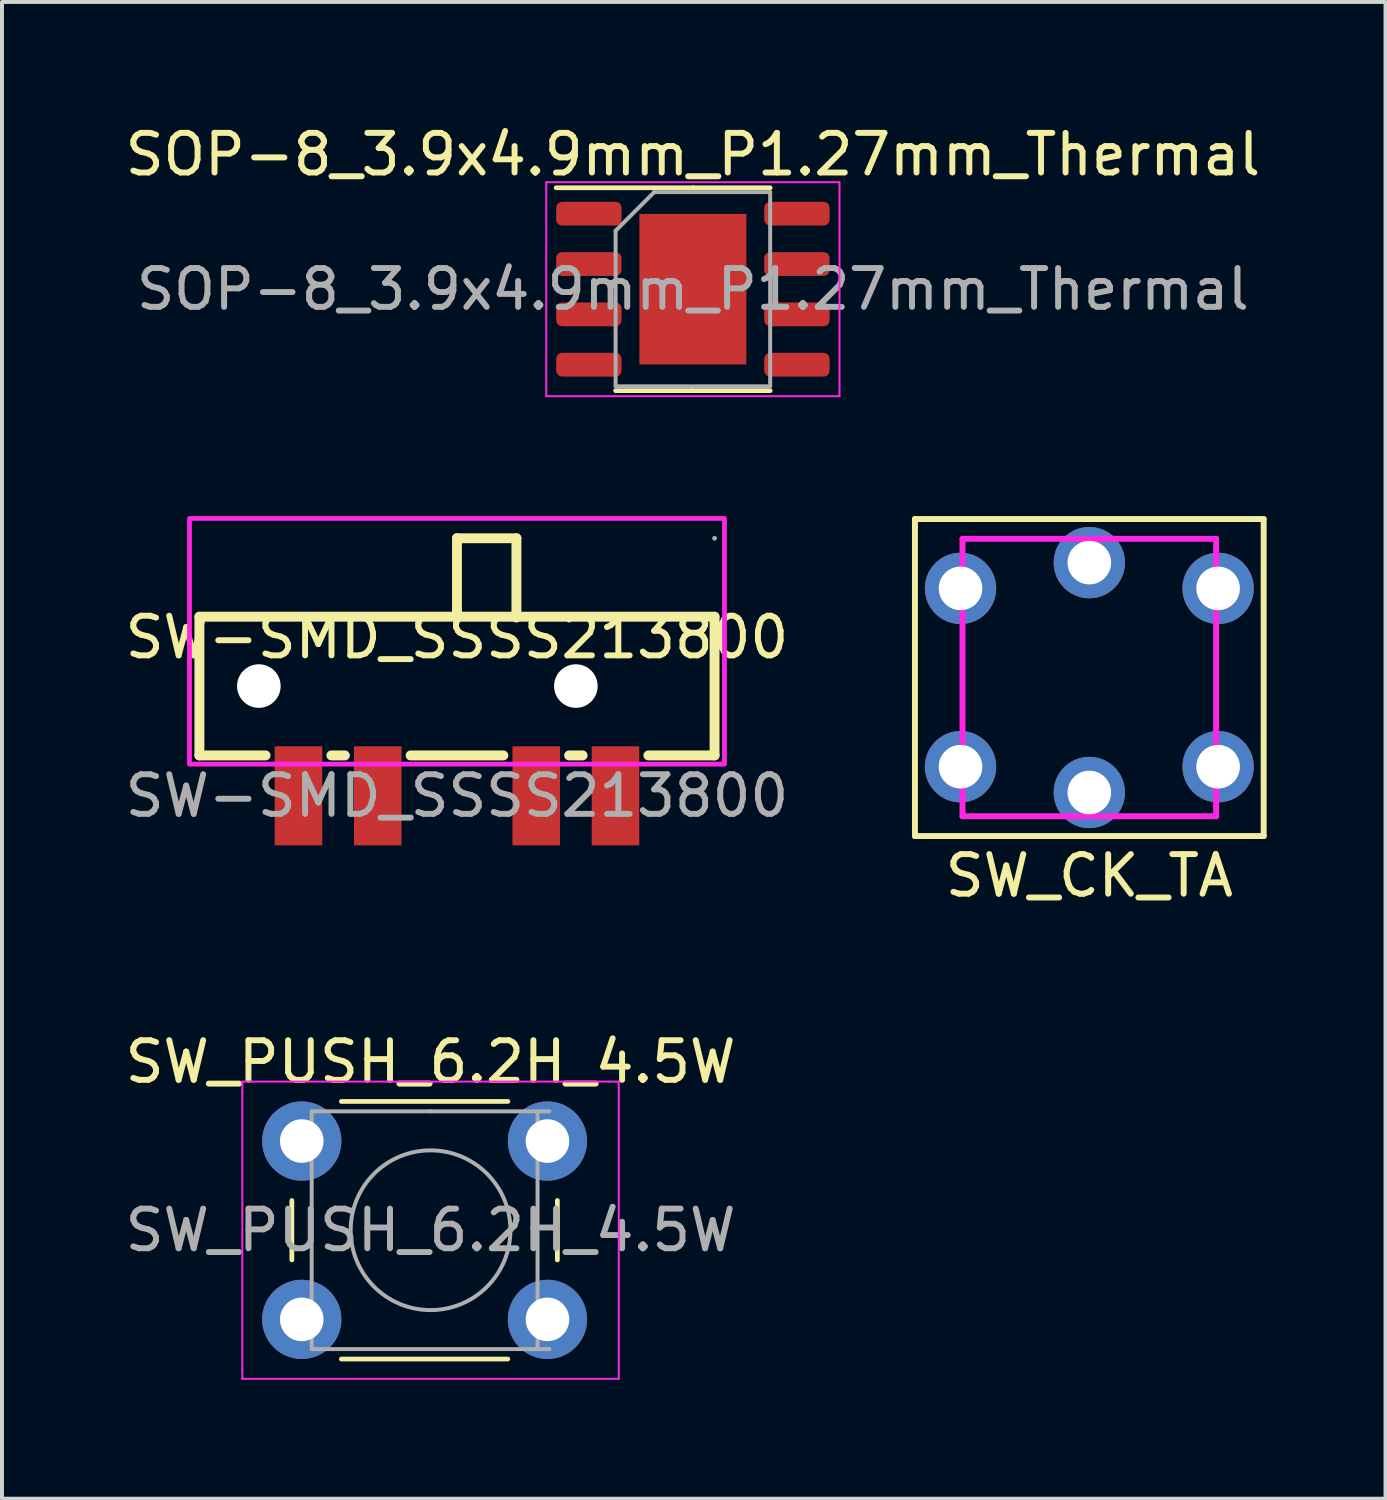
<source format=kicad_pcb>
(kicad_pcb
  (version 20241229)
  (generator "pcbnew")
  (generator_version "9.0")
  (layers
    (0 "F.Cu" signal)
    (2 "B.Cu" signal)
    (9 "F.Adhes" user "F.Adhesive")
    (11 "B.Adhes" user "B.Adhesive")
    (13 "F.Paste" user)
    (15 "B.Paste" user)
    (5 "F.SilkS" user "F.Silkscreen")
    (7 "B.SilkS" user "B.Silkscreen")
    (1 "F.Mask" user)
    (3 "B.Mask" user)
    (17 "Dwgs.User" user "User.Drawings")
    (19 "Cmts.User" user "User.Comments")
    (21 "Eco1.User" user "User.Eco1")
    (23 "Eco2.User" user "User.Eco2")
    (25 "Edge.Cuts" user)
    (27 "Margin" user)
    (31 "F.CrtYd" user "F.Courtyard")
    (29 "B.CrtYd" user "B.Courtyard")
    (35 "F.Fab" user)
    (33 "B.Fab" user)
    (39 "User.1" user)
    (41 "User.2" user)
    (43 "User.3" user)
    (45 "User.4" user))
  (footprint "SW-SMD_SSSS213800"
    (layer "F.Cu")
    (at 8.482 17.033)
    (property "Reference" "SW-SMD_SSSS213800" (at 0 -4 0) (layer "F.SilkS") (effects (font (size 1 1) (thickness 0.15))))
    (attr smd)
    (fp_line (start -6.5 -4.52) (end 6.5 -4.52) (stroke (width 0.25) (type solid)) (layer "F.SilkS"))
    (fp_line (start -6.5 -1.02) (end -6.5 -4.52) (stroke (width 0.25) (type solid)) (layer "F.SilkS"))
    (fp_line (start -4.83 -1.02) (end -6.5 -1.02) (stroke (width 0.25) (type solid)) (layer "F.SilkS"))
    (fp_line (start -2.83 -1.02) (end -3.17 -1.02) (stroke (width 0.25) (type solid)) (layer "F.SilkS"))
    (fp_line (start 0 -6.5) (end 1.5 -6.5) (stroke (width 0.25) (type solid)) (layer "F.SilkS"))
    (fp_line (start 0 -4.5) (end 0 -6.5) (stroke (width 0.25) (type solid)) (layer "F.SilkS"))
    (fp_line (start 1.17 -1.02) (end -1.17 -1.02) (stroke (width 0.25) (type solid)) (layer "F.SilkS"))
    (fp_line (start 1.5 -6.5) (end 1.5 -4.5) (stroke (width 0.25) (type solid)) (layer "F.SilkS"))
    (fp_line (start 3.17 -1.02) (end 2.83 -1.02) (stroke (width 0.25) (type solid)) (layer "F.SilkS"))
    (fp_line (start 6.5 -4.52) (end 6.5 -1.02) (stroke (width 0.25) (type solid)) (layer "F.SilkS"))
    (fp_line (start 6.5 -1.02) (end 4.83 -1.02) (stroke (width 0.25) (type solid)) (layer "F.SilkS"))
    (fp_circle (center -5 -2.77) (end -4.8 -2.77) (stroke (width 0.4) (type solid)) (fill no) (layer "Cmts.User"))
    (fp_circle (center 3 -2.77) (end 3.2 -2.77) (stroke (width 0.4) (type solid)) (fill no) (layer "Cmts.User"))
    (fp_rect (start -6.75 -7) (end 6.75 -0.8) (stroke (width 0.12) (type default)) (fill no) (layer "F.CrtYd"))
    (fp_circle (center 6.5 -6.5) (end 6.53 -6.5) (stroke (width 0.06) (type solid)) (fill no) (layer "F.Fab"))
    (fp_text user "${REFERENCE}" (at 0 0 0) (layer "F.Fab") (effects (font (size 1 1) (thickness 0.15))))
    (pad "" np_thru_hole circle (at -5 -2.77) (size 1.1 1.1) (drill 1.1) (layers "*.Cu" "*.Mask"))
    (pad "" np_thru_hole circle (at 3 -2.77) (size 1.1 1.1) (drill 1.1) (layers "*.Cu" "*.Mask"))
    (pad "1" smd rect (at 4 0 180) (size 1.2 2.5) (layers "F.Cu" "F.Mask" "F.Paste"))
    (pad "2" smd rect (at 2 0 180) (size 1.2 2.5) (layers "F.Cu" "F.Mask" "F.Paste"))
    (pad "3" smd rect (at -2 0 180) (size 1.2 2.5) (layers "F.Cu" "F.Mask" "F.Paste"))
    (pad "4" smd rect (at -4 0 180) (size 1.2 2.5) (layers "F.Cu" "F.Mask" "F.Paste")))
  (footprint "SOP-8_3.9x4.9mm_P1.27mm_Thermal"
    (layer "F.Cu")
    (at 14.435 4.248)
    (property "Reference" "SOP-8_3.9x4.9mm_P1.27mm_Thermal" (at 0 -3.4 0) (layer "F.SilkS") (effects (font (size 1 1) (thickness 0.15))))
    (attr smd)
    (fp_line (start 0 -2.56) (end -3.45 -2.56) (stroke (width 0.12) (type solid)) (layer "F.SilkS"))
    (fp_line (start 0 -2.56) (end 1.95 -2.56) (stroke (width 0.12) (type solid)) (layer "F.SilkS"))
    (fp_line (start 0 2.56) (end -1.95 2.56) (stroke (width 0.12) (type solid)) (layer "F.SilkS"))
    (fp_line (start 0 2.56) (end 1.95 2.56) (stroke (width 0.12) (type solid)) (layer "F.SilkS"))
    (fp_line (start -3.7 -2.7) (end -3.7 2.7) (stroke (width 0.05) (type solid)) (layer "F.CrtYd"))
    (fp_line (start -3.7 2.7) (end 3.7 2.7) (stroke (width 0.05) (type solid)) (layer "F.CrtYd"))
    (fp_line (start 3.7 -2.7) (end -3.7 -2.7) (stroke (width 0.05) (type solid)) (layer "F.CrtYd"))
    (fp_line (start 3.7 2.7) (end 3.7 -2.7) (stroke (width 0.05) (type solid)) (layer "F.CrtYd"))
    (fp_line (start -1.95 -1.475) (end -0.975 -2.45) (stroke (width 0.1) (type solid)) (layer "F.Fab"))
    (fp_line (start -1.95 2.45) (end -1.95 -1.475) (stroke (width 0.1) (type solid)) (layer "F.Fab"))
    (fp_line (start -0.975 -2.45) (end 1.95 -2.45) (stroke (width 0.1) (type solid)) (layer "F.Fab"))
    (fp_line (start 1.95 -2.45) (end 1.95 2.45) (stroke (width 0.1) (type solid)) (layer "F.Fab"))
    (fp_line (start 1.95 2.45) (end -1.95 2.45) (stroke (width 0.1) (type solid)) (layer "F.Fab"))
    (fp_text user "${REFERENCE}" (at 0 0 0) (layer "F.Fab") (effects (font (size 0.98 0.98) (thickness 0.15))))
    (pad "1" smd roundrect (at -2.625 -1.905) (size 1.65 0.6) (layers "F.Cu" "F.Mask" "F.Paste") (roundrect_rratio 0.25))
    (pad "2" smd roundrect (at -2.625 -0.635) (size 1.65 0.6) (layers "F.Cu" "F.Mask" "F.Paste") (roundrect_rratio 0.25))
    (pad "3" smd roundrect (at -2.625 0.635) (size 1.65 0.6) (layers "F.Cu" "F.Mask" "F.Paste") (roundrect_rratio 0.25))
    (pad "4" smd roundrect (at -2.625 1.905) (size 1.65 0.6) (layers "F.Cu" "F.Mask" "F.Paste") (roundrect_rratio 0.25))
    (pad "5" smd roundrect (at 2.625 1.905) (size 1.65 0.6) (layers "F.Cu" "F.Mask" "F.Paste") (roundrect_rratio 0.25))
    (pad "6" smd roundrect (at 2.625 0.635) (size 1.65 0.6) (layers "F.Cu" "F.Mask" "F.Paste") (roundrect_rratio 0.25))
    (pad "7" smd roundrect (at 2.625 -0.635) (size 1.65 0.6) (layers "F.Cu" "F.Mask" "F.Paste") (roundrect_rratio 0.25))
    (pad "8" smd roundrect (at 2.625 -1.905) (size 1.65 0.6) (layers "F.Cu" "F.Mask" "F.Paste") (roundrect_rratio 0.25))
    (pad "9" smd rect (at 0 0) (size 2.7 3.8) (layers "F.Cu" "F.Mask" "F.Paste")))
  (footprint "SW_PUSH_6.2H_4.5W"
    (layer "F.Cu")
    (at 4.565 25.745)
    (property "Reference" "SW_PUSH_6.2H_4.5W" (at 3.25 -2 0) (layer "F.SilkS") (effects (font (size 1 1) (thickness 0.15))))
    (attr through_hole)
    (fp_line (start -0.25 1.5) (end -0.25 3) (stroke (width 0.12) (type solid)) (layer "F.SilkS"))
    (fp_line (start 1 5.5) (end 5.2 5.5) (stroke (width 0.12) (type solid)) (layer "F.SilkS"))
    (fp_line (start 5.2 -1) (end 1 -1) (stroke (width 0.12) (type solid)) (layer "F.SilkS"))
    (fp_line (start 6.45 3) (end 6.45 1.5) (stroke (width 0.12) (type solid)) (layer "F.SilkS"))
    (fp_line (start -1.5 -1.5) (end -1.25 -1.5) (stroke (width 0.05) (type solid)) (layer "F.CrtYd"))
    (fp_line (start -1.5 -1.25) (end -1.5 -1.5) (stroke (width 0.05) (type solid)) (layer "F.CrtYd"))
    (fp_line (start -1.5 5.75) (end -1.5 -1.25) (stroke (width 0.05) (type solid)) (layer "F.CrtYd"))
    (fp_line (start -1.5 5.75) (end -1.5 6) (stroke (width 0.05) (type solid)) (layer "F.CrtYd"))
    (fp_line (start -1.5 6) (end -1.25 6) (stroke (width 0.05) (type solid)) (layer "F.CrtYd"))
    (fp_line (start -1.25 -1.5) (end 7.75 -1.5) (stroke (width 0.05) (type solid)) (layer "F.CrtYd"))
    (fp_line (start 7.75 -1.5) (end 8 -1.5) (stroke (width 0.05) (type solid)) (layer "F.CrtYd"))
    (fp_line (start 7.75 6) (end -1.25 6) (stroke (width 0.05) (type solid)) (layer "F.CrtYd"))
    (fp_line (start 7.75 6) (end 8 6) (stroke (width 0.05) (type solid)) (layer "F.CrtYd"))
    (fp_line (start 8 -1.5) (end 8 -1.25) (stroke (width 0.05) (type solid)) (layer "F.CrtYd"))
    (fp_line (start 8 -1.25) (end 8 5.75) (stroke (width 0.05) (type solid)) (layer "F.CrtYd"))
    (fp_line (start 8 6) (end 8 5.75) (stroke (width 0.05) (type solid)) (layer "F.CrtYd"))
    (fp_line (start 0.25 -0.75) (end 3.25 -0.75) (stroke (width 0.1) (type solid)) (layer "F.Fab"))
    (fp_line (start 0.25 5.25) (end 0.25 -0.75) (stroke (width 0.1) (type solid)) (layer "F.Fab"))
    (fp_line (start 3.25 -0.75) (end 6.25 -0.75) (stroke (width 0.1) (type solid)) (layer "F.Fab"))
    (fp_line (start 5.95 -0.75) (end 5.95 5.25) (stroke (width 0.1) (type solid)) (layer "F.Fab"))
    (fp_line (start 6.25 5.25) (end 0.25 5.25) (stroke (width 0.1) (type solid)) (layer "F.Fab"))
    (fp_circle (center 3.25 2.25) (end 1.25 2.5) (stroke (width 0.1) (type solid)) (fill no) (layer "F.Fab"))
    (fp_text user "${REFERENCE}" (at 3.25 2.25 0) (layer "F.Fab") (effects (font (size 1 1) (thickness 0.15))))
    (pad "1" thru_hole circle (at 0 0 90) (size 2 2) (drill 1.1) (layers "*.Cu" "*.Mask"))
    (pad "1" thru_hole circle (at 6.2 0 90) (size 2 2) (drill 1.1) (layers "*.Cu" "*.Mask"))
    (pad "2" thru_hole circle (at 0 4.5 90) (size 2 2) (drill 1.1) (layers "*.Cu" "*.Mask"))
    (pad "2" thru_hole circle (at 6.2 4.5 90) (size 2 2) (drill 1.1) (layers "*.Cu" "*.Mask")))
  (footprint "SW_CK_TA"
    (layer "F.Cu")
    (at 24.439 14.048)
    (property "Reference" "SW_CK_TA" (at 0 5 0) (layer "F.SilkS") (effects (font (size 1 1) (thickness 0.15))))
    (attr through_hole)
    (fp_line (start -4.4 -4) (end -4.4 4) (stroke (width 0.15) (type solid)) (layer "F.SilkS"))
    (fp_line (start -4.4 -4) (end 4.4 -4) (stroke (width 0.15) (type solid)) (layer "F.SilkS"))
    (fp_line (start -4.4 4) (end 4.4 4) (stroke (width 0.15) (type solid)) (layer "F.SilkS"))
    (fp_line (start 4.4 -4) (end 4.4 4) (stroke (width 0.15) (type solid)) (layer "F.SilkS"))
    (fp_line (start -3.2 -3.5) (end 3.2 -3.5) (stroke (width 0.15) (type solid)) (layer "F.CrtYd"))
    (fp_line (start -3.2 3.5) (end -3.2 -3.5) (stroke (width 0.15) (type solid)) (layer "F.CrtYd"))
    (fp_line (start 3.2 -3.5) (end 3.2 3.5) (stroke (width 0.15) (type solid)) (layer "F.CrtYd"))
    (fp_line (start 3.2 3.5) (end -3.2 3.5) (stroke (width 0.15) (type solid)) (layer "F.CrtYd"))
    (pad "1" thru_hole circle (at 3.25 -2.25) (size 1.8 1.8) (drill 1.1) (layers "*.Cu" "*.Mask"))
    (pad "2" thru_hole circle (at 3.25 2.25) (size 1.8 1.8) (drill 1.1) (layers "*.Cu" "*.Mask"))
    (pad "3" thru_hole circle (at -3.25 -2.25) (size 1.8 1.8) (drill 1.1) (layers "*.Cu" "*.Mask"))
    (pad "4" thru_hole circle (at -3.25 2.25) (size 1.8 1.8) (drill 1.1) (layers "*.Cu" "*.Mask"))
    (pad "5" thru_hole circle (at 0 -2.9) (size 1.8 1.8) (drill 1.1) (layers "*.Cu" "*.Mask"))
    (pad "6" thru_hole circle (at 0 2.9) (size 1.8 1.8) (drill 1.1) (layers "*.Cu" "*.Mask")))
  (gr_rect
    (start -3 -3)
    (end 31.914 34.77)
    (stroke (width 0.1) (type default))
    (fill no)
    (layer "Edge.Cuts")))
</source>
